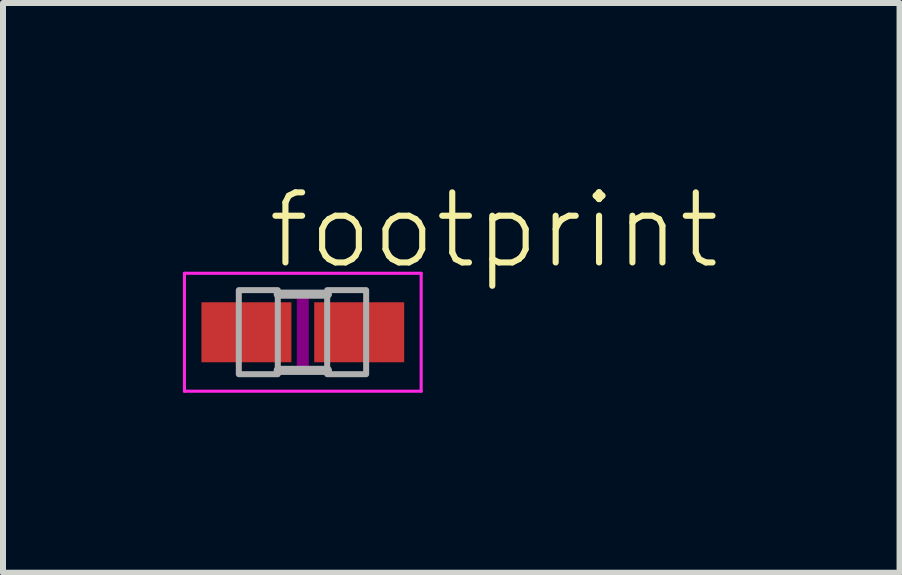
<source format=kicad_pcb>
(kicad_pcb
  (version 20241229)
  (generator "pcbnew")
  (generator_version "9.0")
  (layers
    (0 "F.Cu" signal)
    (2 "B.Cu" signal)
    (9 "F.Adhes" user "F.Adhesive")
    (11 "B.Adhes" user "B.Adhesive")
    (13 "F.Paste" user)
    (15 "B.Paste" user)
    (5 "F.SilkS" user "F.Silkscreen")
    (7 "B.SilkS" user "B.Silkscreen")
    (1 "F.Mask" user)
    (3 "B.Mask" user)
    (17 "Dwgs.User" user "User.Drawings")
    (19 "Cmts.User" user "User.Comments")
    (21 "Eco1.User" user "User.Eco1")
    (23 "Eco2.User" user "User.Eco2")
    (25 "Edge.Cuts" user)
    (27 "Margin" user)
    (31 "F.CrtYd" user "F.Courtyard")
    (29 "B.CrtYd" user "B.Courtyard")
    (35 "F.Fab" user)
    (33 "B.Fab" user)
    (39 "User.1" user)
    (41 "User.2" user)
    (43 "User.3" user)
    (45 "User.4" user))
  (footprint "footprint"
    (layer "F.Cu")
    (at 1.998 2.489)
    (property "Reference" "footprint" (at -0.635 -1.016 0) (layer "F.SilkS") (effects (font (size 1.168 1.168) (thickness 0.102)) (justify left bottom)))
    (fp_poly (pts (xy -0.1 0.6) (xy 0.1 0.6) (xy 0.1 -0.6) (xy -0.1 -0.6)) (stroke (width 0) (type solid)) (fill yes) (layer "F.Adhes"))
    (fp_line (start -1.973 -0.983) (end 1.973 -0.983) (stroke (width 0.051) (type solid)) (layer "F.CrtYd"))
    (fp_line (start -1.973 0.983) (end -1.973 -0.983) (stroke (width 0.051) (type solid)) (layer "F.CrtYd"))
    (fp_line (start 1.973 -0.983) (end 1.973 0.983) (stroke (width 0.051) (type solid)) (layer "F.CrtYd"))
    (fp_line (start 1.973 0.983) (end -1.973 0.983) (stroke (width 0.051) (type solid)) (layer "F.CrtYd"))
    (fp_line (start -0.41 -0.635) (end 0.41 -0.635) (stroke (width 0.152) (type solid)) (layer "F.Fab"))
    (fp_line (start -0.41 0.635) (end 0.41 0.635) (stroke (width 0.152) (type solid)) (layer "F.Fab"))
    (fp_poly (pts (xy -1.067 0.699) (xy -0.417 0.699) (xy -0.417 -0.702) (xy -1.067 -0.702)) (stroke (width 0.1) (type solid)) (fill no) (layer "F.Fab"))
    (fp_poly (pts (xy 0.406 0.699) (xy 1.056 0.699) (xy 1.056 -0.702) (xy 0.406 -0.702)) (stroke (width 0.1) (type solid)) (fill no) (layer "F.Fab"))
    (pad "1" smd rect (at -0.94 0) (size 1.5 1) (layers "F.Cu" "F.Mask" "F.Paste"))
    (pad "2" smd rect (at 0.94 0) (size 1.5 1) (layers "F.Cu" "F.Mask" "F.Paste")))
  (gr_rect
    (start -3 -3)
    (end 11.946 6.498)
    (stroke (width 0.1) (type default))
    (fill no)
    (layer "Edge.Cuts")))
</source>
